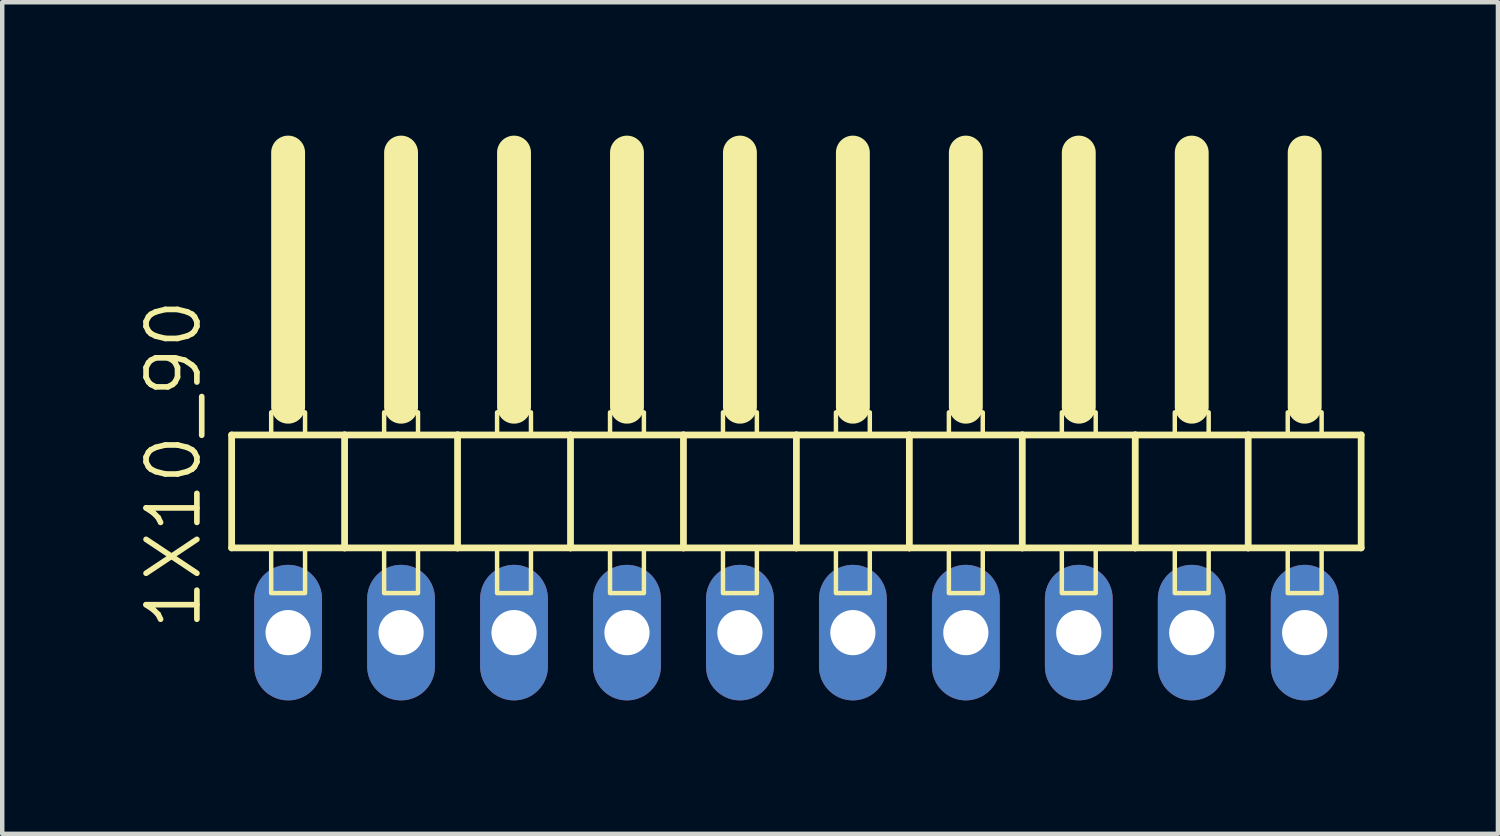
<source format=kicad_pcb>
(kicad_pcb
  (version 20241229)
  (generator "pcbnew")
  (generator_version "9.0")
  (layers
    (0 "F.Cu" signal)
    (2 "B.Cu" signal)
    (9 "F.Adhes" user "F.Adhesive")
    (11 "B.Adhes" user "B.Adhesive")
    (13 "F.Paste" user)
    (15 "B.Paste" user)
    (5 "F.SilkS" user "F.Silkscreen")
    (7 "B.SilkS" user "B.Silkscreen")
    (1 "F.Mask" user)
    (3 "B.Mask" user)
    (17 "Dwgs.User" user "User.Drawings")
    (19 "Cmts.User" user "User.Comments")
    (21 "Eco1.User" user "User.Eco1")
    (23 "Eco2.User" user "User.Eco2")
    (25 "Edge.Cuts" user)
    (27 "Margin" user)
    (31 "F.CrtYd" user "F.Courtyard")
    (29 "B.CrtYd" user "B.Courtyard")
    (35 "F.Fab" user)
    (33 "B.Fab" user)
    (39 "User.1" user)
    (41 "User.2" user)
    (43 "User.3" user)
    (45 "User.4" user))
  (footprint "1X10_90"
    (layer "F.Cu")
    (at 14.859 7.366)
    (property "Reference" "1X10_90" (at -13.335 3.81 90) (layer "F.SilkS") (effects (font (size 1.143 1.143) (thickness 0.127)) (justify left bottom)))
    (fp_line (start -12.7 -0.635) (end -12.7 1.905) (stroke (width 0.152) (type solid)) (layer "F.SilkS"))
    (fp_line (start -12.7 1.905) (end -10.16 1.905) (stroke (width 0.152) (type solid)) (layer "F.SilkS"))
    (fp_line (start -11.43 -6.985) (end -11.43 -1.27) (stroke (width 0.762) (type solid)) (layer "F.SilkS"))
    (fp_line (start -10.16 -0.635) (end -12.7 -0.635) (stroke (width 0.152) (type solid)) (layer "F.SilkS"))
    (fp_line (start -10.16 1.905) (end -10.16 -0.635) (stroke (width 0.152) (type solid)) (layer "F.SilkS"))
    (fp_line (start -10.16 1.905) (end -7.62 1.905) (stroke (width 0.152) (type solid)) (layer "F.SilkS"))
    (fp_line (start -8.89 -6.985) (end -8.89 -1.27) (stroke (width 0.762) (type solid)) (layer "F.SilkS"))
    (fp_line (start -7.62 -0.635) (end -10.16 -0.635) (stroke (width 0.152) (type solid)) (layer "F.SilkS"))
    (fp_line (start -7.62 1.905) (end -7.62 -0.635) (stroke (width 0.152) (type solid)) (layer "F.SilkS"))
    (fp_line (start -7.62 1.905) (end -5.08 1.905) (stroke (width 0.152) (type solid)) (layer "F.SilkS"))
    (fp_line (start -6.35 -6.985) (end -6.35 -1.27) (stroke (width 0.762) (type solid)) (layer "F.SilkS"))
    (fp_line (start -5.08 -0.635) (end -7.62 -0.635) (stroke (width 0.152) (type solid)) (layer "F.SilkS"))
    (fp_line (start -5.08 1.905) (end -5.08 -0.635) (stroke (width 0.152) (type solid)) (layer "F.SilkS"))
    (fp_line (start -5.08 1.905) (end -2.54 1.905) (stroke (width 0.152) (type solid)) (layer "F.SilkS"))
    (fp_line (start -3.81 -6.985) (end -3.81 -1.27) (stroke (width 0.762) (type solid)) (layer "F.SilkS"))
    (fp_line (start -2.54 -0.635) (end -5.08 -0.635) (stroke (width 0.152) (type solid)) (layer "F.SilkS"))
    (fp_line (start -2.54 1.905) (end -2.54 -0.635) (stroke (width 0.152) (type solid)) (layer "F.SilkS"))
    (fp_line (start -2.54 1.905) (end 0 1.905) (stroke (width 0.152) (type solid)) (layer "F.SilkS"))
    (fp_line (start -1.27 -6.985) (end -1.27 -1.27) (stroke (width 0.762) (type solid)) (layer "F.SilkS"))
    (fp_line (start 0 -0.635) (end -2.54 -0.635) (stroke (width 0.152) (type solid)) (layer "F.SilkS"))
    (fp_line (start 0 1.905) (end 0 -0.635) (stroke (width 0.152) (type solid)) (layer "F.SilkS"))
    (fp_line (start 0 1.905) (end 2.54 1.905) (stroke (width 0.152) (type solid)) (layer "F.SilkS"))
    (fp_line (start 1.27 -6.985) (end 1.27 -1.27) (stroke (width 0.762) (type solid)) (layer "F.SilkS"))
    (fp_line (start 2.54 -0.635) (end 0 -0.635) (stroke (width 0.152) (type solid)) (layer "F.SilkS"))
    (fp_line (start 2.54 1.905) (end 2.54 -0.635) (stroke (width 0.152) (type solid)) (layer "F.SilkS"))
    (fp_line (start 2.54 1.905) (end 5.08 1.905) (stroke (width 0.152) (type solid)) (layer "F.SilkS"))
    (fp_line (start 3.81 -6.985) (end 3.81 -1.27) (stroke (width 0.762) (type solid)) (layer "F.SilkS"))
    (fp_line (start 5.08 -0.635) (end 2.54 -0.635) (stroke (width 0.152) (type solid)) (layer "F.SilkS"))
    (fp_line (start 5.08 1.905) (end 5.08 -0.635) (stroke (width 0.152) (type solid)) (layer "F.SilkS"))
    (fp_line (start 5.08 1.905) (end 7.62 1.905) (stroke (width 0.152) (type solid)) (layer "F.SilkS"))
    (fp_line (start 6.35 -6.985) (end 6.35 -1.27) (stroke (width 0.762) (type solid)) (layer "F.SilkS"))
    (fp_line (start 7.62 -0.635) (end 5.08 -0.635) (stroke (width 0.152) (type solid)) (layer "F.SilkS"))
    (fp_line (start 7.62 1.905) (end 7.62 -0.635) (stroke (width 0.152) (type solid)) (layer "F.SilkS"))
    (fp_line (start 7.62 1.905) (end 10.16 1.905) (stroke (width 0.152) (type solid)) (layer "F.SilkS"))
    (fp_line (start 8.89 -6.985) (end 8.89 -1.27) (stroke (width 0.762) (type solid)) (layer "F.SilkS"))
    (fp_line (start 10.16 -0.635) (end 7.62 -0.635) (stroke (width 0.152) (type solid)) (layer "F.SilkS"))
    (fp_line (start 10.16 1.905) (end 10.16 -0.635) (stroke (width 0.152) (type solid)) (layer "F.SilkS"))
    (fp_line (start 10.16 1.905) (end 12.7 1.905) (stroke (width 0.152) (type solid)) (layer "F.SilkS"))
    (fp_line (start 11.43 -6.985) (end 11.43 -1.27) (stroke (width 0.762) (type solid)) (layer "F.SilkS"))
    (fp_line (start 12.7 -0.635) (end 10.16 -0.635) (stroke (width 0.152) (type solid)) (layer "F.SilkS"))
    (fp_line (start 12.7 1.905) (end 12.7 -0.635) (stroke (width 0.152) (type solid)) (layer "F.SilkS"))
    (fp_poly (pts (xy -11.811 -0.635) (xy -11.049 -0.635) (xy -11.049 -1.143) (xy -11.811 -1.143)) (stroke (width 0.1) (type solid)) (fill no) (layer "F.SilkS"))
    (fp_poly (pts (xy -11.811 2.921) (xy -11.049 2.921) (xy -11.049 1.905) (xy -11.811 1.905)) (stroke (width 0.1) (type solid)) (fill no) (layer "F.SilkS"))
    (fp_poly (pts (xy -9.271 -0.635) (xy -8.509 -0.635) (xy -8.509 -1.143) (xy -9.271 -1.143)) (stroke (width 0.1) (type solid)) (fill no) (layer "F.SilkS"))
    (fp_poly (pts (xy -9.271 2.921) (xy -8.509 2.921) (xy -8.509 1.905) (xy -9.271 1.905)) (stroke (width 0.1) (type solid)) (fill no) (layer "F.SilkS"))
    (fp_poly (pts (xy -6.731 -0.635) (xy -5.969 -0.635) (xy -5.969 -1.143) (xy -6.731 -1.143)) (stroke (width 0.1) (type solid)) (fill no) (layer "F.SilkS"))
    (fp_poly (pts (xy -6.731 2.921) (xy -5.969 2.921) (xy -5.969 1.905) (xy -6.731 1.905)) (stroke (width 0.1) (type solid)) (fill no) (layer "F.SilkS"))
    (fp_poly (pts (xy -4.191 -0.635) (xy -3.429 -0.635) (xy -3.429 -1.143) (xy -4.191 -1.143)) (stroke (width 0.1) (type solid)) (fill no) (layer "F.SilkS"))
    (fp_poly (pts (xy -4.191 2.921) (xy -3.429 2.921) (xy -3.429 1.905) (xy -4.191 1.905)) (stroke (width 0.1) (type solid)) (fill no) (layer "F.SilkS"))
    (fp_poly (pts (xy -1.651 -0.635) (xy -0.889 -0.635) (xy -0.889 -1.143) (xy -1.651 -1.143)) (stroke (width 0.1) (type solid)) (fill no) (layer "F.SilkS"))
    (fp_poly (pts (xy -1.651 2.921) (xy -0.889 2.921) (xy -0.889 1.905) (xy -1.651 1.905)) (stroke (width 0.1) (type solid)) (fill no) (layer "F.SilkS"))
    (fp_poly (pts (xy 0.889 -0.635) (xy 1.651 -0.635) (xy 1.651 -1.143) (xy 0.889 -1.143)) (stroke (width 0.1) (type solid)) (fill no) (layer "F.SilkS"))
    (fp_poly (pts (xy 0.889 2.921) (xy 1.651 2.921) (xy 1.651 1.905) (xy 0.889 1.905)) (stroke (width 0.1) (type solid)) (fill no) (layer "F.SilkS"))
    (fp_poly (pts (xy 3.429 -0.635) (xy 4.191 -0.635) (xy 4.191 -1.143) (xy 3.429 -1.143)) (stroke (width 0.1) (type solid)) (fill no) (layer "F.SilkS"))
    (fp_poly (pts (xy 3.429 2.921) (xy 4.191 2.921) (xy 4.191 1.905) (xy 3.429 1.905)) (stroke (width 0.1) (type solid)) (fill no) (layer "F.SilkS"))
    (fp_poly (pts (xy 5.969 -0.635) (xy 6.731 -0.635) (xy 6.731 -1.143) (xy 5.969 -1.143)) (stroke (width 0.1) (type solid)) (fill no) (layer "F.SilkS"))
    (fp_poly (pts (xy 5.969 2.921) (xy 6.731 2.921) (xy 6.731 1.905) (xy 5.969 1.905)) (stroke (width 0.1) (type solid)) (fill no) (layer "F.SilkS"))
    (fp_poly (pts (xy 8.509 -0.635) (xy 9.271 -0.635) (xy 9.271 -1.143) (xy 8.509 -1.143)) (stroke (width 0.1) (type solid)) (fill no) (layer "F.SilkS"))
    (fp_poly (pts (xy 8.509 2.921) (xy 9.271 2.921) (xy 9.271 1.905) (xy 8.509 1.905)) (stroke (width 0.1) (type solid)) (fill no) (layer "F.SilkS"))
    (fp_poly (pts (xy 11.049 -0.635) (xy 11.811 -0.635) (xy 11.811 -1.143) (xy 11.049 -1.143)) (stroke (width 0.1) (type solid)) (fill no) (layer "F.SilkS"))
    (fp_poly (pts (xy 11.049 2.921) (xy 11.811 2.921) (xy 11.811 1.905) (xy 11.049 1.905)) (stroke (width 0.1) (type solid)) (fill no) (layer "F.SilkS"))
    (pad "1" thru_hole oval (at -11.43 3.81 90) (size 3.048 1.524) (drill 1.016) (layers "*.Cu" "*.Mask"))
    (pad "2" thru_hole oval (at -8.89 3.81 90) (size 3.048 1.524) (drill 1.016) (layers "*.Cu" "*.Mask"))
    (pad "3" thru_hole oval (at -6.35 3.81 90) (size 3.048 1.524) (drill 1.016) (layers "*.Cu" "*.Mask"))
    (pad "4" thru_hole oval (at -3.81 3.81 90) (size 3.048 1.524) (drill 1.016) (layers "*.Cu" "*.Mask"))
    (pad "5" thru_hole oval (at -1.27 3.81 90) (size 3.048 1.524) (drill 1.016) (layers "*.Cu" "*.Mask"))
    (pad "6" thru_hole oval (at 1.27 3.81 90) (size 3.048 1.524) (drill 1.016) (layers "*.Cu" "*.Mask"))
    (pad "7" thru_hole oval (at 3.81 3.81 90) (size 3.048 1.524) (drill 1.016) (layers "*.Cu" "*.Mask"))
    (pad "8" thru_hole oval (at 6.35 3.81 90) (size 3.048 1.524) (drill 1.016) (layers "*.Cu" "*.Mask"))
    (pad "9" thru_hole oval (at 8.89 3.81 90) (size 3.048 1.524) (drill 1.016) (layers "*.Cu" "*.Mask"))
    (pad "10" thru_hole oval (at 11.43 3.81 90) (size 3.048 1.524) (drill 1.016) (layers "*.Cu" "*.Mask")))
  (gr_rect
    (start -3 -3)
    (end 30.635 15.7)
    (stroke (width 0.1) (type default))
    (fill no)
    (layer "Edge.Cuts")))
</source>
